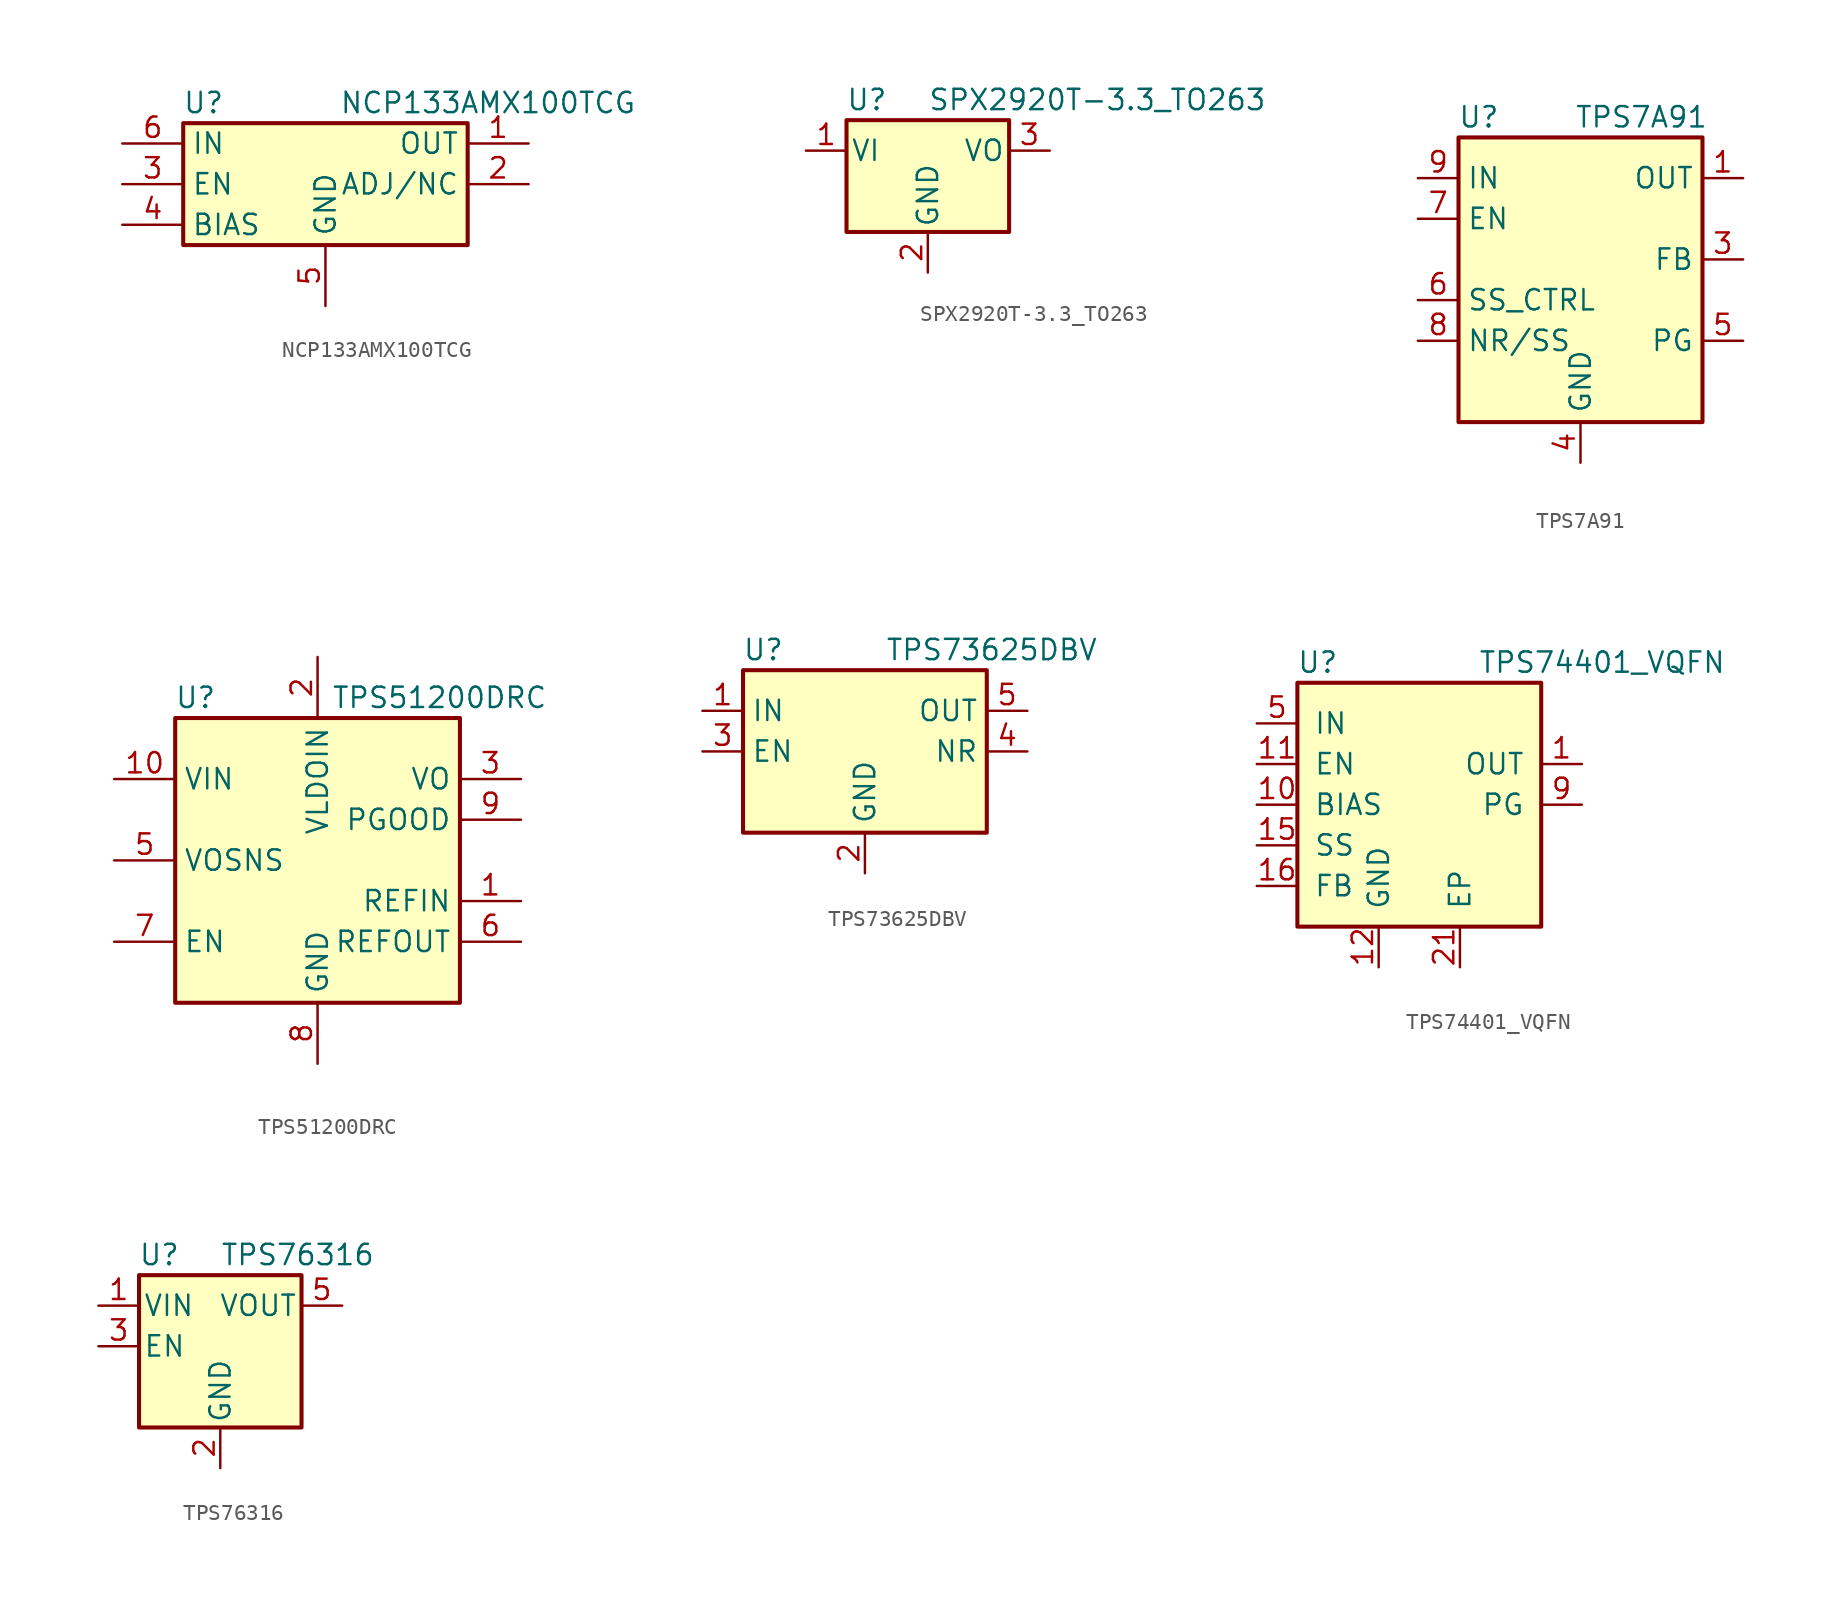
<source format=kicad_sym>
(kicad_symbol_lib
  (version 20220914)
  (generator kicad_symbol_editor)
  (symbol "NCP133AMX100TCG"
    (property "Reference" "U"
      (at -7.62 5.08 0)
      (effects (font (size 1.27 1.27))))
    (property "Value" "NCP133AMX100TCG"
      (at 10.16 5.08 0)
      (effects (font (size 1.27 1.27))))
    (symbol "NCP133AMX100TCG_0_1"
      (rectangle (start -8.89 -3.81) (end 8.89 3.81) (stroke (width 0.254) (type solid)) (fill (type background)))
      (pin power_out line (at 12.7 2.54 180) (length 3.81) (name "OUT" (effects (font (size 1.27 1.27)))) (number "1" (effects (font (size 1.27 1.27)))))
      (pin passive line (at 12.7 0 180) (length 3.81) (name "ADJ/NC" (effects (font (size 1.27 1.27)))) (number "2" (effects (font (size 1.27 1.27)))))
      (pin input line (at -12.7 0 0) (length 3.81) (name "EN" (effects (font (size 1.27 1.27)))) (number "3" (effects (font (size 1.27 1.27)))))
      (pin power_in line (at -12.7 -2.54 0) (length 3.81) (name "BIAS" (effects (font (size 1.27 1.27)))) (number "4" (effects (font (size 1.27 1.27)))))
      (pin power_in line (at 0 -7.62 90) (length 3.81) (name "GND" (effects (font (size 1.27 1.27)))) (number "5" (effects (font (size 1.27 1.27)))))
      (pin power_in line (at -12.7 2.54 0) (length 3.81) (name "IN" (effects (font (size 1.27 1.27)))) (number "6" (effects (font (size 1.27 1.27)))))
      (pin passive line (at 0 -7.62 90) (length 3.81) hide (name "GND" (effects (font (size 1.27 1.27)))) (number "7" (effects (font (size 1.27 1.27)))))))
  (symbol "SPX2920T-3.3_TO263"
    (pin_names
      (offset 0.254))
    (property "Reference" "U"
      (at -3.81 3.175 0)
      (effects (font (size 1.27 1.27))))
    (property "Value" "SPX2920T-3.3_TO263"
      (at 0 3.175 0)
      (effects (font (size 1.27 1.27)) (justify left)))
    (symbol "SPX2920T-3.3_TO263_0_1"
      (rectangle (start -5.08 -5.08) (end 5.08 1.905) (stroke (width 0.254) (type solid)) (fill (type background))))
    (symbol "SPX2920T-3.3_TO263_1_1"
      (pin power_in line (at -7.62 0 0) (length 2.54) (name "VI" (effects (font (size 1.27 1.27)))) (number "1" (effects (font (size 1.27 1.27)))))
      (pin power_in line (at 0 -7.62 90) (length 2.54) (name "GND" (effects (font (size 1.27 1.27)))) (number "2" (effects (font (size 1.27 1.27)))))
      (pin power_out line (at 7.62 0 180) (length 2.54) (name "VO" (effects (font (size 1.27 1.27)))) (number "3" (effects (font (size 1.27 1.27)))))))
  (symbol "TPS7A91"
    (property "Reference" "U"
      (at -6.35 11.43 0)
      (effects (font (size 1.27 1.27))))
    (property "Value" "TPS7A91"
      (at 3.81 11.43 0)
      (effects (font (size 1.27 1.27))))
    (symbol "TPS7A91_0_1"
      (rectangle (start -7.62 10.16) (end 7.62 -7.62) (stroke (width 0.254) (type solid)) (fill (type background))))
    (symbol "TPS7A91_1_1"
      (pin power_out line (at 10.16 7.62 180) (length 2.54) (name "OUT" (effects (font (size 1.27 1.27)))) (number "1" (effects (font (size 1.27 1.27)))))
      (pin passive line (at -10.16 7.62 0) (length 2.54) hide (name "IN" (effects (font (size 1.27 1.27)))) (number "10" (effects (font (size 1.27 1.27)))))
      (pin passive line (at 0 -10.16 90) (length 2.54) hide (name "GND" (effects (font (size 1.27 1.27)))) (number "11" (effects (font (size 1.27 1.27)))))
      (pin passive line (at 10.16 7.62 180) (length 2.54) hide (name "OUT" (effects (font (size 1.27 1.27)))) (number "2" (effects (font (size 1.27 1.27)))))
      (pin input line (at 10.16 2.54 180) (length 2.54) (name "FB" (effects (font (size 1.27 1.27)))) (number "3" (effects (font (size 1.27 1.27)))))
      (pin power_in line (at 0 -10.16 90) (length 2.54) (name "GND" (effects (font (size 1.27 1.27)))) (number "4" (effects (font (size 1.27 1.27)))))
      (pin open_collector line (at 10.16 -2.54 180) (length 2.54) (name "PG" (effects (font (size 1.27 1.27)))) (number "5" (effects (font (size 1.27 1.27)))))
      (pin input line (at -10.16 0 0) (length 2.54) (name "SS_CTRL" (effects (font (size 1.27 1.27)))) (number "6" (effects (font (size 1.27 1.27)))))
      (pin input line (at -10.16 5.08 0) (length 2.54) (name "EN" (effects (font (size 1.27 1.27)))) (number "7" (effects (font (size 1.27 1.27)))))
      (pin passive line (at -10.16 -2.54 0) (length 2.54) (name "NR/SS" (effects (font (size 1.27 1.27)))) (number "8" (effects (font (size 1.27 1.27)))))
      (pin power_in line (at -10.16 7.62 0) (length 2.54) (name "IN" (effects (font (size 1.27 1.27)))) (number "9" (effects (font (size 1.27 1.27)))))))
  (symbol "TPS51200DRC"
    (property "Reference" "U"
      (at -7.62 10.16 0)
      (effects (font (size 1.27 1.27))))
    (property "Value" "TPS51200DRC"
      (at 7.62 10.16 0)
      (effects (font (size 1.27 1.27))))
    (symbol "TPS51200DRC_0_1"
      (rectangle (start -8.89 -8.89) (end 8.89 8.89) (stroke (width 0.254) (type solid)) (fill (type background)))
      (pin input line (at 12.7 -2.54 180) (length 3.81) (name "REFIN" (effects (font (size 1.27 1.27)))) (number "1" (effects (font (size 1.27 1.27)))))
      (pin power_in line (at -12.7 5.08 0) (length 3.81) (name "VIN" (effects (font (size 1.27 1.27)))) (number "10" (effects (font (size 1.27 1.27)))))
      (pin passive line (at 0 -12.7 90) (length 3.81) hide (name "GND" (effects (font (size 1.27 1.27)))) (number "11" (effects (font (size 1.27 1.27)))))
      (pin power_in line (at 0 12.7 270) (length 3.81) (name "VLDOIN" (effects (font (size 1.27 1.27)))) (number "2" (effects (font (size 1.27 1.27)))))
      (pin power_out line (at 12.7 5.08 180) (length 3.81) (name "VO" (effects (font (size 1.27 1.27)))) (number "3" (effects (font (size 1.27 1.27)))))
      (pin passive line (at 0 -12.7 90) (length 3.81) hide (name "GND" (effects (font (size 1.27 1.27)))) (number "4" (effects (font (size 1.27 1.27)))))
      (pin input line (at -12.7 0 0) (length 3.81) (name "VOSNS" (effects (font (size 1.27 1.27)))) (number "5" (effects (font (size 1.27 1.27)))))
      (pin output line (at 12.7 -5.08 180) (length 3.81) (name "REFOUT" (effects (font (size 1.27 1.27)))) (number "6" (effects (font (size 1.27 1.27)))))
      (pin input line (at -12.7 -5.08 0) (length 3.81) (name "EN" (effects (font (size 1.27 1.27)))) (number "7" (effects (font (size 1.27 1.27)))))
      (pin power_in line (at 0 -12.7 90) (length 3.81) (name "GND" (effects (font (size 1.27 1.27)))) (number "8" (effects (font (size 1.27 1.27)))))
      (pin open_collector line (at 12.7 2.54 180) (length 3.81) (name "PGOOD" (effects (font (size 1.27 1.27)))) (number "9" (effects (font (size 1.27 1.27)))))))
  (symbol "TPS73625DBV"
    (property "Reference" "U"
      (at -6.35 6.35 0)
      (effects (font (size 1.27 1.27))))
    (property "Value" "TPS73625DBV"
      (at 1.27 6.35 0)
      (effects (font (size 1.27 1.27)) (justify left)))
    (symbol "TPS73625DBV_0_1"
      (rectangle (start -7.62 -5.08) (end 7.62 5.08) (stroke (width 0.254) (type solid)) (fill (type background))))
    (symbol "TPS73625DBV_1_1"
      (pin power_in line (at -10.16 2.54 0) (length 2.54) (name "IN" (effects (font (size 1.27 1.27)))) (number "1" (effects (font (size 1.27 1.27)))))
      (pin power_in line (at 0 -7.62 90) (length 2.54) (name "GND" (effects (font (size 1.27 1.27)))) (number "2" (effects (font (size 1.27 1.27)))))
      (pin input line (at -10.16 0 0) (length 2.54) (name "EN" (effects (font (size 1.27 1.27)))) (number "3" (effects (font (size 1.27 1.27)))))
      (pin passive line (at 10.16 0 180) (length 2.54) (name "NR" (effects (font (size 1.27 1.27)))) (number "4" (effects (font (size 1.27 1.27)))))
      (pin power_out line (at 10.16 2.54 180) (length 2.54) (name "OUT" (effects (font (size 1.27 1.27)))) (number "5" (effects (font (size 1.27 1.27)))))))
  (symbol "TPS74401_VQFN"
    (pin_names
      (offset 1.016))
    (property "Reference" "U"
      (at -6.35 8.89 0)
      (effects (font (size 1.27 1.27))))
    (property "Value" "TPS74401_VQFN"
      (at 11.43 8.89 0)
      (effects (font (size 1.27 1.27))))
    (symbol "TPS74401_VQFN_0_1"
      (rectangle (start -7.62 7.62) (end 7.62 -7.62) (stroke (width 0.254) (type solid)) (fill (type background))))
    (symbol "TPS74401_VQFN_1_1"
      (pin power_out line (at 10.16 2.54 180) (length 2.54) (name "OUT" (effects (font (size 1.27 1.27)))) (number "1" (effects (font (size 1.27 1.27)))))
      (pin input line (at -10.16 0 0) (length 2.54) (name "BIAS" (effects (font (size 1.27 1.27)))) (number "10" (effects (font (size 1.27 1.27)))))
      (pin input line (at -10.16 2.54 0) (length 2.54) (name "EN" (effects (font (size 1.27 1.27)))) (number "11" (effects (font (size 1.27 1.27)))))
      (pin power_in line (at -2.54 -10.16 90) (length 2.54) (name "GND" (effects (font (size 1.27 1.27)))) (number "12" (effects (font (size 1.27 1.27)))))
      (pin no_connect line (at 0 -10.16 90) (length 2.54) hide (name "NC" (effects (font (size 1.27 1.27)))) (number "13" (effects (font (size 1.27 1.27)))))
      (pin no_connect line (at 10.16 -5.08 180) (length 2.54) hide (name "NC" (effects (font (size 1.27 1.27)))) (number "14" (effects (font (size 1.27 1.27)))))
      (pin input line (at -10.16 -2.54 0) (length 2.54) (name "SS" (effects (font (size 1.27 1.27)))) (number "15" (effects (font (size 1.27 1.27)))))
      (pin input line (at -10.16 -5.08 0) (length 2.54) (name "FB" (effects (font (size 1.27 1.27)))) (number "16" (effects (font (size 1.27 1.27)))))
      (pin no_connect line (at 10.16 -2.54 180) (length 2.54) hide (name "NC" (effects (font (size 1.27 1.27)))) (number "17" (effects (font (size 1.27 1.27)))))
      (pin passive line (at 10.16 2.54 180) (length 2.54) hide (name "OUT" (effects (font (size 1.27 1.27)))) (number "18" (effects (font (size 1.27 1.27)))))
      (pin passive line (at 10.16 2.54 180) (length 2.54) hide (name "OUT" (effects (font (size 1.27 1.27)))) (number "19" (effects (font (size 1.27 1.27)))))
      (pin no_connect line (at -2.54 10.16 270) (length 2.54) hide (name "NC" (effects (font (size 1.27 1.27)))) (number "2" (effects (font (size 1.27 1.27)))))
      (pin passive line (at 10.16 2.54 180) (length 2.54) hide (name "OUT" (effects (font (size 1.27 1.27)))) (number "20" (effects (font (size 1.27 1.27)))))
      (pin power_in line (at 2.54 -10.16 90) (length 2.54) (name "EP" (effects (font (size 1.27 1.27)))) (number "21" (effects (font (size 1.27 1.27)))))
      (pin no_connect line (at 0 10.16 270) (length 2.54) hide (name "NC" (effects (font (size 1.27 1.27)))) (number "3" (effects (font (size 1.27 1.27)))))
      (pin no_connect line (at 2.54 10.16 270) (length 2.54) hide (name "NC" (effects (font (size 1.27 1.27)))) (number "4" (effects (font (size 1.27 1.27)))))
      (pin power_in line (at -10.16 5.08 0) (length 2.54) (name "IN" (effects (font (size 1.27 1.27)))) (number "5" (effects (font (size 1.27 1.27)))))
      (pin passive line (at -10.16 5.08 0) (length 2.54) hide (name "IN" (effects (font (size 1.27 1.27)))) (number "6" (effects (font (size 1.27 1.27)))))
      (pin passive line (at -10.16 5.08 0) (length 2.54) hide (name "IN" (effects (font (size 1.27 1.27)))) (number "7" (effects (font (size 1.27 1.27)))))
      (pin passive line (at -10.16 5.08 0) (length 2.54) hide (name "IN" (effects (font (size 1.27 1.27)))) (number "8" (effects (font (size 1.27 1.27)))))
      (pin output line (at 10.16 0 180) (length 2.54) (name "PG" (effects (font (size 1.27 1.27)))) (number "9" (effects (font (size 1.27 1.27)))))))
  (symbol "TPS76316"
    (pin_names
      (offset 0.254))
    (property "Reference" "U"
      (at -3.81 5.715 0)
      (effects (font (size 1.27 1.27))))
    (property "Value" "TPS76316"
      (at 0 5.715 0)
      (effects (font (size 1.27 1.27)) (justify left)))
    (symbol "TPS76316_0_1"
      (rectangle (start -5.08 4.445) (end 5.08 -5.08) (stroke (width 0.254) (type solid)) (fill (type background))))
    (symbol "TPS76316_1_1"
      (pin power_in line (at -7.62 2.54 0) (length 2.54) (name "VIN" (effects (font (size 1.27 1.27)))) (number "1" (effects (font (size 1.27 1.27)))))
      (pin power_in line (at 0 -7.62 90) (length 2.54) (name "GND" (effects (font (size 1.27 1.27)))) (number "2" (effects (font (size 1.27 1.27)))))
      (pin input line (at -7.62 0 0) (length 2.54) (name "EN" (effects (font (size 1.27 1.27)))) (number "3" (effects (font (size 1.27 1.27)))))
      (pin no_connect line (at 7.62 0 180) (length 2.54) hide (name "NC" (effects (font (size 1.27 1.27)))) (number "4" (effects (font (size 1.27 1.27)))))
      (pin power_out line (at 7.62 2.54 180) (length 2.54) (name "VOUT" (effects (font (size 1.27 1.27)))) (number "5" (effects (font (size 1.27 1.27))))))))
</source>
